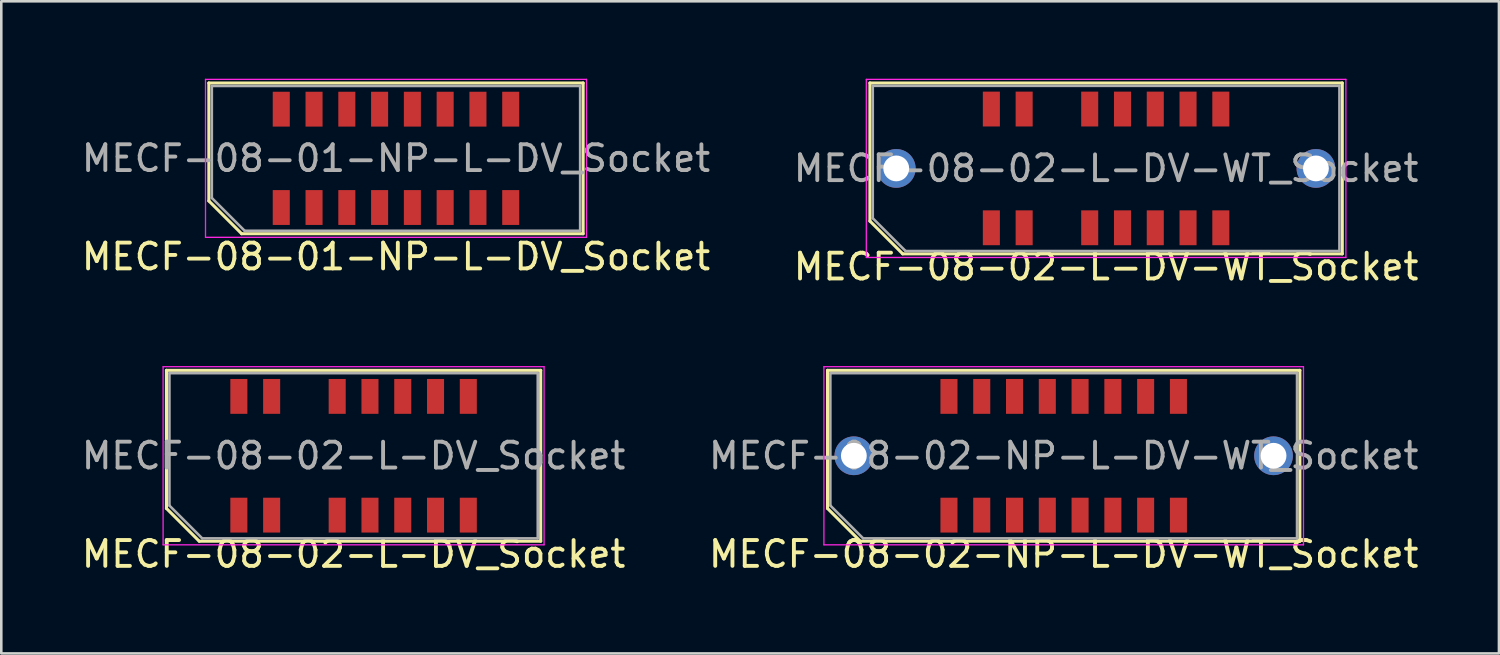
<source format=kicad_pcb>
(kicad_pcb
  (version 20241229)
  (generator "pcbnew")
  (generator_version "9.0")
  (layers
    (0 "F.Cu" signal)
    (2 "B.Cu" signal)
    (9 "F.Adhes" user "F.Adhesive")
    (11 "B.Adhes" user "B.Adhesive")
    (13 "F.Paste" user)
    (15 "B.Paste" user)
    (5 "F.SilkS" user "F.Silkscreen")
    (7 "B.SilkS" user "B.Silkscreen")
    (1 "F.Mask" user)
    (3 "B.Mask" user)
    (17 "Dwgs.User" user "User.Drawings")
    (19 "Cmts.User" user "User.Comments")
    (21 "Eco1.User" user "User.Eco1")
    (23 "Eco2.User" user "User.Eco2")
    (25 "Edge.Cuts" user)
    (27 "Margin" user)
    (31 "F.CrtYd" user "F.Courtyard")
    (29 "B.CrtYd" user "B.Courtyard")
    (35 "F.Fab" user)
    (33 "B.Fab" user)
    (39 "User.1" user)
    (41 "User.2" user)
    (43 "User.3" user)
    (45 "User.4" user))
  (footprint "MECF-08-02-L-DV-WT_Socket"
    (layer "F.Cu")
    (at 39.804 3.475)
    (property "Reference" "MECF-08-02-L-DV-WT_Socket" (at 0 3.81 0) (layer "F.SilkS") (effects (font (size 1 1) (thickness 0.15))))
    (attr smd)
    (fp_line (start -9.15 -3.31) (end 9.15 -3.31) (stroke (width 0.12) (type solid)) (layer "F.SilkS"))
    (fp_line (start -9.15 2.04) (end -9.15 -3.31) (stroke (width 0.12) (type solid)) (layer "F.SilkS"))
    (fp_line (start -7.88 3.31) (end -9.15 2.04) (stroke (width 0.12) (type solid)) (layer "F.SilkS"))
    (fp_line (start -7.88 3.31) (end 9.15 3.31) (stroke (width 0.12) (type solid)) (layer "F.SilkS"))
    (fp_line (start 9.15 3.31) (end 9.15 -3.31) (stroke (width 0.12) (type solid)) (layer "F.SilkS"))
    (fp_line (start -9.29 -3.45) (end -9.29 3.45) (stroke (width 0.05) (type solid)) (layer "F.CrtYd"))
    (fp_line (start -9.29 3.45) (end 9.29 3.45) (stroke (width 0.05) (type solid)) (layer "F.CrtYd"))
    (fp_line (start 9.29 -3.45) (end -9.29 -3.45) (stroke (width 0.05) (type solid)) (layer "F.CrtYd"))
    (fp_line (start 9.29 3.45) (end 9.29 -3.45) (stroke (width 0.05) (type solid)) (layer "F.CrtYd"))
    (fp_line (start -9.04 -3.2) (end 9.04 -3.2) (stroke (width 0.1) (type solid)) (layer "F.Fab"))
    (fp_line (start -9.04 1.93) (end -9.04 -3.2) (stroke (width 0.1) (type solid)) (layer "F.Fab"))
    (fp_line (start -9.04 1.93) (end -7.77 3.2) (stroke (width 0.1) (type solid)) (layer "F.Fab"))
    (fp_line (start -7.77 3.2) (end 9.04 3.2) (stroke (width 0.1) (type solid)) (layer "F.Fab"))
    (fp_line (start 9.04 3.2) (end 9.04 -3.2) (stroke (width 0.1) (type solid)) (layer "F.Fab"))
    (fp_text user "${REFERENCE}" (at 0 0 0) (layer "F.Fab") (effects (font (size 1 1) (thickness 0.15))))
    (pad "" thru_hole circle (at -8.13 0) (size 1.5 1.5) (drill 1) (layers "*.Cu" "*.Mask"))
    (pad "" np_thru_hole circle (at -6.225 0) (size 0.001 0.001) (drill 1.45) (layers "*.Cu" "*.Mask"))
    (pad "" np_thru_hole circle (at 6.225 1) (size 0.001 0.001) (drill 1.45) (layers "*.Cu" "*.Mask"))
    (pad "" thru_hole circle (at 8.13 0) (size 1.5 1.5) (drill 1) (layers "*.Cu" "*.Mask"))
    (pad "1" smd rect (at -4.445 2.3) (size 0.66 1.35) (layers "F.Cu" "F.Mask" "F.Paste"))
    (pad "2" smd rect (at -4.445 -2.3) (size 0.66 1.35) (layers "F.Cu" "F.Mask" "F.Paste"))
    (pad "3" smd rect (at -3.175 2.3) (size 0.66 1.35) (layers "F.Cu" "F.Mask" "F.Paste"))
    (pad "4" smd rect (at -3.175 -2.3) (size 0.66 1.35) (layers "F.Cu" "F.Mask" "F.Paste"))
    (pad "7" smd rect (at -0.635 2.3) (size 0.66 1.35) (layers "F.Cu" "F.Mask" "F.Paste"))
    (pad "8" smd rect (at -0.635 -2.3) (size 0.66 1.35) (layers "F.Cu" "F.Mask" "F.Paste"))
    (pad "9" smd rect (at 0.635 2.3) (size 0.66 1.35) (layers "F.Cu" "F.Mask" "F.Paste"))
    (pad "10" smd rect (at 0.635 -2.3) (size 0.66 1.35) (layers "F.Cu" "F.Mask" "F.Paste"))
    (pad "11" smd rect (at 1.905 2.3) (size 0.66 1.35) (layers "F.Cu" "F.Mask" "F.Paste"))
    (pad "12" smd rect (at 1.905 -2.3) (size 0.66 1.35) (layers "F.Cu" "F.Mask" "F.Paste"))
    (pad "13" smd rect (at 3.175 2.3) (size 0.66 1.35) (layers "F.Cu" "F.Mask" "F.Paste"))
    (pad "14" smd rect (at 3.175 -2.3) (size 0.66 1.35) (layers "F.Cu" "F.Mask" "F.Paste"))
    (pad "15" smd rect (at 4.445 2.3) (size 0.66 1.35) (layers "F.Cu" "F.Mask" "F.Paste"))
    (pad "16" smd rect (at 4.445 -2.3) (size 0.66 1.35) (layers "F.Cu" "F.Mask" "F.Paste")))
  (footprint "MECF-08-02-L-DV_Socket"
    (layer "F.Cu")
    (at 10.649 14.608)
    (property "Reference" "MECF-08-02-L-DV_Socket" (at 0 3.81 0) (layer "F.SilkS") (effects (font (size 1 1) (thickness 0.15))))
    (attr smd)
    (fp_line (start -7.25 -3.31) (end 7.25 -3.31) (stroke (width 0.12) (type solid)) (layer "F.SilkS"))
    (fp_line (start -7.25 2.04) (end -7.25 -3.31) (stroke (width 0.12) (type solid)) (layer "F.SilkS"))
    (fp_line (start -5.98 3.31) (end -7.25 2.04) (stroke (width 0.12) (type solid)) (layer "F.SilkS"))
    (fp_line (start -5.98 3.31) (end 7.25 3.31) (stroke (width 0.12) (type solid)) (layer "F.SilkS"))
    (fp_line (start 7.25 3.31) (end 7.25 -3.31) (stroke (width 0.12) (type solid)) (layer "F.SilkS"))
    (fp_line (start -7.38 -3.45) (end -7.38 3.45) (stroke (width 0.05) (type solid)) (layer "F.CrtYd"))
    (fp_line (start -7.38 3.45) (end 7.38 3.45) (stroke (width 0.05) (type solid)) (layer "F.CrtYd"))
    (fp_line (start 7.38 -3.45) (end -7.38 -3.45) (stroke (width 0.05) (type solid)) (layer "F.CrtYd"))
    (fp_line (start 7.38 3.45) (end 7.38 -3.45) (stroke (width 0.05) (type solid)) (layer "F.CrtYd"))
    (fp_line (start -7.135 -3.2) (end 7.135 -3.2) (stroke (width 0.1) (type solid)) (layer "F.Fab"))
    (fp_line (start -7.135 1.93) (end -7.135 -3.2) (stroke (width 0.1) (type solid)) (layer "F.Fab"))
    (fp_line (start -7.135 1.93) (end -5.865 3.2) (stroke (width 0.1) (type solid)) (layer "F.Fab"))
    (fp_line (start -5.865 3.2) (end 7.135 3.2) (stroke (width 0.1) (type solid)) (layer "F.Fab"))
    (fp_line (start 7.135 3.2) (end 7.135 -3.2) (stroke (width 0.1) (type solid)) (layer "F.Fab"))
    (fp_text user "${REFERENCE}" (at 0 0 0) (layer "F.Fab") (effects (font (size 1 1) (thickness 0.15))))
    (pad "" np_thru_hole circle (at -6.225 0) (size 0.001 0.001) (drill 1.45) (layers "*.Cu" "*.Mask"))
    (pad "" np_thru_hole circle (at 6.225 1) (size 0.001 0.001) (drill 1.45) (layers "*.Cu" "*.Mask"))
    (pad "1" smd rect (at -4.445 2.3) (size 0.66 1.35) (layers "F.Cu" "F.Mask" "F.Paste"))
    (pad "2" smd rect (at -4.445 -2.3) (size 0.66 1.35) (layers "F.Cu" "F.Mask" "F.Paste"))
    (pad "3" smd rect (at -3.175 2.3) (size 0.66 1.35) (layers "F.Cu" "F.Mask" "F.Paste"))
    (pad "4" smd rect (at -3.175 -2.3) (size 0.66 1.35) (layers "F.Cu" "F.Mask" "F.Paste"))
    (pad "7" smd rect (at -0.635 2.3) (size 0.66 1.35) (layers "F.Cu" "F.Mask" "F.Paste"))
    (pad "8" smd rect (at -0.635 -2.3) (size 0.66 1.35) (layers "F.Cu" "F.Mask" "F.Paste"))
    (pad "9" smd rect (at 0.635 2.3) (size 0.66 1.35) (layers "F.Cu" "F.Mask" "F.Paste"))
    (pad "10" smd rect (at 0.635 -2.3) (size 0.66 1.35) (layers "F.Cu" "F.Mask" "F.Paste"))
    (pad "11" smd rect (at 1.905 2.3) (size 0.66 1.35) (layers "F.Cu" "F.Mask" "F.Paste"))
    (pad "12" smd rect (at 1.905 -2.3) (size 0.66 1.35) (layers "F.Cu" "F.Mask" "F.Paste"))
    (pad "13" smd rect (at 3.175 2.3) (size 0.66 1.35) (layers "F.Cu" "F.Mask" "F.Paste"))
    (pad "14" smd rect (at 3.175 -2.3) (size 0.66 1.35) (layers "F.Cu" "F.Mask" "F.Paste"))
    (pad "15" smd rect (at 4.445 2.3) (size 0.66 1.35) (layers "F.Cu" "F.Mask" "F.Paste"))
    (pad "16" smd rect (at 4.445 -2.3) (size 0.66 1.35) (layers "F.Cu" "F.Mask" "F.Paste")))
  (footprint "MECF-08-02-NP-L-DV-WT_Socket"
    (layer "F.Cu")
    (at 38.161 14.608)
    (property "Reference" "MECF-08-02-NP-L-DV-WT_Socket" (at 0 3.81 0) (layer "F.SilkS") (effects (font (size 1 1) (thickness 0.15))))
    (attr smd)
    (fp_line (start -9.15 -3.31) (end 9.15 -3.31) (stroke (width 0.12) (type solid)) (layer "F.SilkS"))
    (fp_line (start -9.15 2.04) (end -9.15 -3.31) (stroke (width 0.12) (type solid)) (layer "F.SilkS"))
    (fp_line (start -7.88 3.31) (end -9.15 2.04) (stroke (width 0.12) (type solid)) (layer "F.SilkS"))
    (fp_line (start -7.88 3.31) (end 9.15 3.31) (stroke (width 0.12) (type solid)) (layer "F.SilkS"))
    (fp_line (start 9.15 3.31) (end 9.15 -3.31) (stroke (width 0.12) (type solid)) (layer "F.SilkS"))
    (fp_line (start -9.29 -3.45) (end -9.29 3.45) (stroke (width 0.05) (type solid)) (layer "F.CrtYd"))
    (fp_line (start -9.29 3.45) (end 9.29 3.45) (stroke (width 0.05) (type solid)) (layer "F.CrtYd"))
    (fp_line (start 9.29 -3.45) (end -9.29 -3.45) (stroke (width 0.05) (type solid)) (layer "F.CrtYd"))
    (fp_line (start 9.29 3.45) (end 9.29 -3.45) (stroke (width 0.05) (type solid)) (layer "F.CrtYd"))
    (fp_line (start -9.04 -3.2) (end 9.04 -3.2) (stroke (width 0.1) (type solid)) (layer "F.Fab"))
    (fp_line (start -9.04 1.93) (end -9.04 -3.2) (stroke (width 0.1) (type solid)) (layer "F.Fab"))
    (fp_line (start -9.04 1.93) (end -7.77 3.2) (stroke (width 0.1) (type solid)) (layer "F.Fab"))
    (fp_line (start -7.77 3.2) (end 9.04 3.2) (stroke (width 0.1) (type solid)) (layer "F.Fab"))
    (fp_line (start 9.04 3.2) (end 9.04 -3.2) (stroke (width 0.1) (type solid)) (layer "F.Fab"))
    (fp_text user "${REFERENCE}" (at 0 0 0) (layer "F.Fab") (effects (font (size 1 1) (thickness 0.15))))
    (pad "" thru_hole circle (at -8.13 0) (size 1.5 1.5) (drill 1) (layers "*.Cu" "*.Mask"))
    (pad "" np_thru_hole circle (at -6.225 0) (size 0.001 0.001) (drill 1.45) (layers "*.Cu" "*.Mask"))
    (pad "" np_thru_hole circle (at 6.225 1) (size 0.001 0.001) (drill 1.45) (layers "*.Cu" "*.Mask"))
    (pad "" thru_hole circle (at 8.13 0) (size 1.5 1.5) (drill 1) (layers "*.Cu" "*.Mask"))
    (pad "1" smd rect (at -4.445 2.3) (size 0.66 1.35) (layers "F.Cu" "F.Mask" "F.Paste"))
    (pad "2" smd rect (at -4.445 -2.3) (size 0.66 1.35) (layers "F.Cu" "F.Mask" "F.Paste"))
    (pad "3" smd rect (at -3.175 2.3) (size 0.66 1.35) (layers "F.Cu" "F.Mask" "F.Paste"))
    (pad "4" smd rect (at -3.175 -2.3) (size 0.66 1.35) (layers "F.Cu" "F.Mask" "F.Paste"))
    (pad "5" smd rect (at -1.905 2.3) (size 0.66 1.35) (layers "F.Cu" "F.Mask" "F.Paste"))
    (pad "6" smd rect (at -1.905 -2.3) (size 0.66 1.35) (layers "F.Cu" "F.Mask" "F.Paste"))
    (pad "7" smd rect (at -0.635 2.3) (size 0.66 1.35) (layers "F.Cu" "F.Mask" "F.Paste"))
    (pad "8" smd rect (at -0.635 -2.3) (size 0.66 1.35) (layers "F.Cu" "F.Mask" "F.Paste"))
    (pad "9" smd rect (at 0.635 2.3) (size 0.66 1.35) (layers "F.Cu" "F.Mask" "F.Paste"))
    (pad "10" smd rect (at 0.635 -2.3) (size 0.66 1.35) (layers "F.Cu" "F.Mask" "F.Paste"))
    (pad "11" smd rect (at 1.905 2.3) (size 0.66 1.35) (layers "F.Cu" "F.Mask" "F.Paste"))
    (pad "12" smd rect (at 1.905 -2.3) (size 0.66 1.35) (layers "F.Cu" "F.Mask" "F.Paste"))
    (pad "13" smd rect (at 3.175 2.3) (size 0.66 1.35) (layers "F.Cu" "F.Mask" "F.Paste"))
    (pad "14" smd rect (at 3.175 -2.3) (size 0.66 1.35) (layers "F.Cu" "F.Mask" "F.Paste"))
    (pad "15" smd rect (at 4.445 2.3) (size 0.66 1.35) (layers "F.Cu" "F.Mask" "F.Paste"))
    (pad "16" smd rect (at 4.445 -2.3) (size 0.66 1.35) (layers "F.Cu" "F.Mask" "F.Paste")))
  (footprint "MECF-08-01-NP-L-DV_Socket"
    (layer "F.Cu")
    (at 12.292 3.085)
    (property "Reference" "MECF-08-01-NP-L-DV_Socket" (at 0 3.81 0) (layer "F.SilkS") (effects (font (size 1 1) (thickness 0.15))))
    (attr smd)
    (fp_line (start -7.25 -2.92) (end 7.25 -2.92) (stroke (width 0.12) (type solid)) (layer "F.SilkS"))
    (fp_line (start -7.25 1.65) (end -7.25 -2.92) (stroke (width 0.12) (type solid)) (layer "F.SilkS"))
    (fp_line (start -5.98 2.92) (end -7.25 1.65) (stroke (width 0.12) (type solid)) (layer "F.SilkS"))
    (fp_line (start -5.98 2.92) (end 7.25 2.92) (stroke (width 0.12) (type solid)) (layer "F.SilkS"))
    (fp_line (start 7.25 2.92) (end 7.25 -2.92) (stroke (width 0.12) (type solid)) (layer "F.SilkS"))
    (fp_line (start -7.38 -3.06) (end -7.38 3.06) (stroke (width 0.05) (type solid)) (layer "F.CrtYd"))
    (fp_line (start -7.38 3.06) (end 7.38 3.06) (stroke (width 0.05) (type solid)) (layer "F.CrtYd"))
    (fp_line (start 7.38 -3.06) (end -7.38 -3.06) (stroke (width 0.05) (type solid)) (layer "F.CrtYd"))
    (fp_line (start 7.38 3.06) (end 7.38 -3.06) (stroke (width 0.05) (type solid)) (layer "F.CrtYd"))
    (fp_line (start -7.135 -2.805) (end 7.135 -2.805) (stroke (width 0.1) (type solid)) (layer "F.Fab"))
    (fp_line (start -7.135 1.535) (end -7.135 -2.805) (stroke (width 0.1) (type solid)) (layer "F.Fab"))
    (fp_line (start -7.135 1.535) (end -5.865 2.805) (stroke (width 0.1) (type solid)) (layer "F.Fab"))
    (fp_line (start -5.865 2.805) (end 7.135 2.805) (stroke (width 0.1) (type solid)) (layer "F.Fab"))
    (fp_line (start 7.135 2.805) (end 7.135 -2.805) (stroke (width 0.1) (type solid)) (layer "F.Fab"))
    (fp_text user "${REFERENCE}" (at 0 0 0) (layer "F.Fab") (effects (font (size 1 1) (thickness 0.15))))
    (pad "" np_thru_hole circle (at -6.225 0) (size 0.001 0.001) (drill 1.45) (layers "*.Cu" "*.Mask"))
    (pad "" np_thru_hole circle (at 6.225 1) (size 0.001 0.001) (drill 1.45) (layers "*.Cu" "*.Mask"))
    (pad "1" smd rect (at -4.445 1.905) (size 0.66 1.35) (layers "F.Cu" "F.Mask" "F.Paste"))
    (pad "2" smd rect (at -4.445 -1.905) (size 0.66 1.35) (layers "F.Cu" "F.Mask" "F.Paste"))
    (pad "3" smd rect (at -3.175 1.905) (size 0.66 1.35) (layers "F.Cu" "F.Mask" "F.Paste"))
    (pad "4" smd rect (at -3.175 -1.905) (size 0.66 1.35) (layers "F.Cu" "F.Mask" "F.Paste"))
    (pad "5" smd rect (at -1.905 1.905) (size 0.66 1.35) (layers "F.Cu" "F.Mask" "F.Paste"))
    (pad "6" smd rect (at -1.905 -1.905) (size 0.66 1.35) (layers "F.Cu" "F.Mask" "F.Paste"))
    (pad "7" smd rect (at -0.635 1.905) (size 0.66 1.35) (layers "F.Cu" "F.Mask" "F.Paste"))
    (pad "8" smd rect (at -0.635 -1.905) (size 0.66 1.35) (layers "F.Cu" "F.Mask" "F.Paste"))
    (pad "9" smd rect (at 0.635 1.905) (size 0.66 1.35) (layers "F.Cu" "F.Mask" "F.Paste"))
    (pad "10" smd rect (at 0.635 -1.905) (size 0.66 1.35) (layers "F.Cu" "F.Mask" "F.Paste"))
    (pad "11" smd rect (at 1.905 1.905) (size 0.66 1.35) (layers "F.Cu" "F.Mask" "F.Paste"))
    (pad "12" smd rect (at 1.905 -1.905) (size 0.66 1.35) (layers "F.Cu" "F.Mask" "F.Paste"))
    (pad "13" smd rect (at 3.175 1.905) (size 0.66 1.35) (layers "F.Cu" "F.Mask" "F.Paste"))
    (pad "14" smd rect (at 3.175 -1.905) (size 0.66 1.35) (layers "F.Cu" "F.Mask" "F.Paste"))
    (pad "15" smd rect (at 4.445 1.905) (size 0.66 1.35) (layers "F.Cu" "F.Mask" "F.Paste"))
    (pad "16" smd rect (at 4.445 -1.905) (size 0.66 1.35) (layers "F.Cu" "F.Mask" "F.Paste")))
  (gr_rect
    (start -3 -3)
    (end 55.024 22.267)
    (stroke (width 0.1) (type default))
    (fill no)
    (layer "Edge.Cuts")))
</source>
